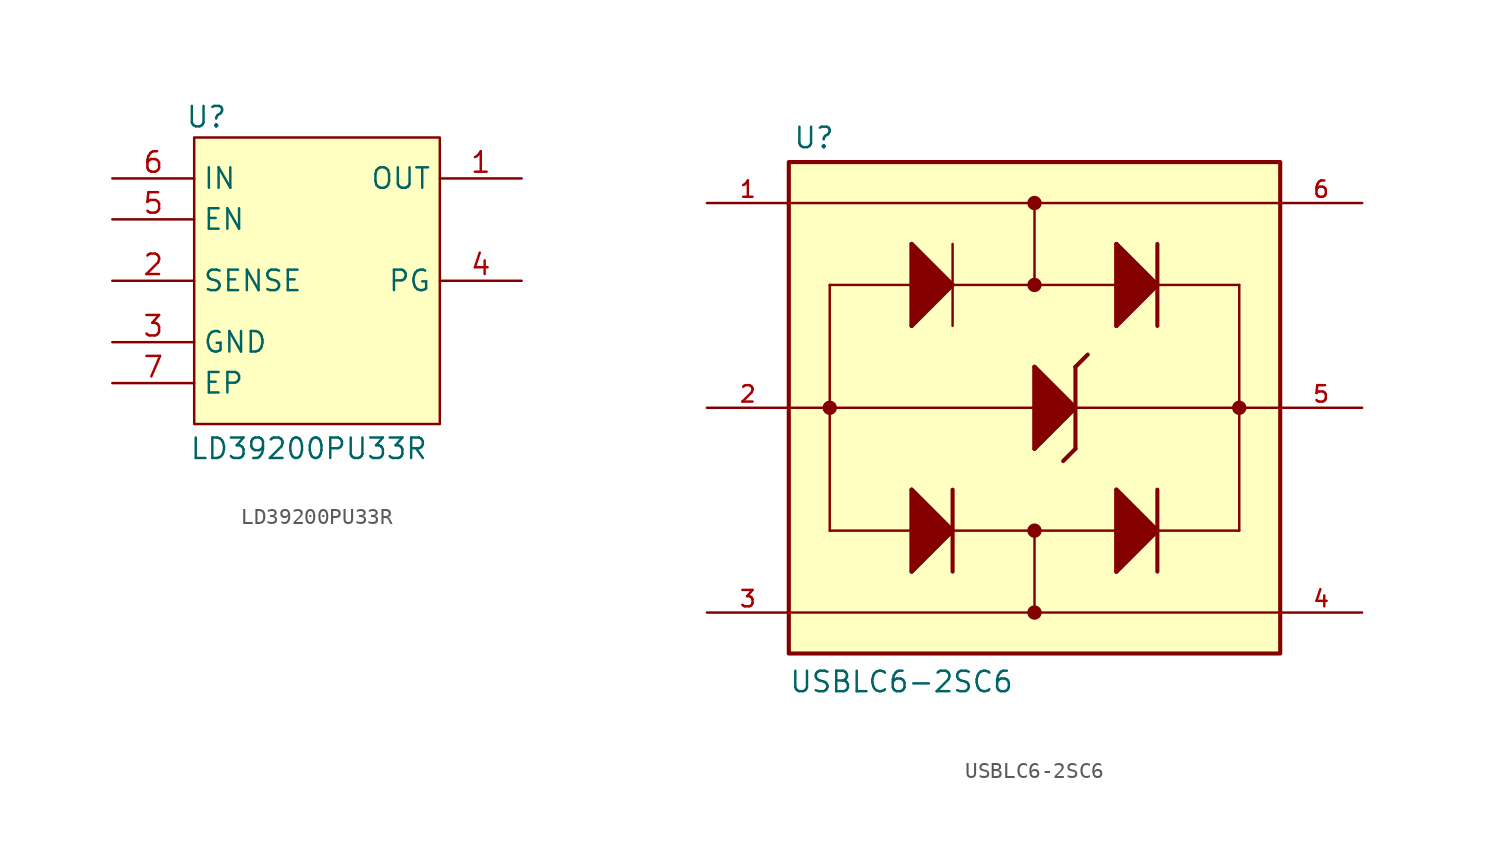
<source format=kicad_sym>
(kicad_symbol_lib
  (version 20241209)
  (generator "kicad_symbol_editor")
  (generator_version "9.0")
  (symbol "LD39200PU33R"
    (property "Reference" "U"
      (at -6.858 8.89 0)
      (effects (font (size 1.27 1.27))))
    (property "Value" "LD39200PU33R"
      (at -0.508 -11.684 0)
      (effects (font (size 1.27 1.27))))
    (symbol "LD39200PU33R_1_1"
      (rectangle (start -7.62 7.62) (end 7.62 -10.16) (stroke (width 0) (type solid)) (fill (type background)))
      (pin power_in line (at -12.7 5.08 0) (length 5.08) (name "IN" (effects (font (size 1.27 1.27)))) (number "6" (effects (font (size 1.27 1.27)))))
      (pin input line (at -12.7 2.54 0) (length 5.08) (name "EN" (effects (font (size 1.27 1.27)))) (number "5" (effects (font (size 1.27 1.27)))))
      (pin input line (at -12.7 -1.27 0) (length 5.08) (name "SENSE" (effects (font (size 1.27 1.27)))) (number "2" (effects (font (size 1.27 1.27)))))
      (pin power_in line (at -12.7 -5.08 0) (length 5.08) (name "GND" (effects (font (size 1.27 1.27)))) (number "3" (effects (font (size 1.27 1.27)))))
      (pin power_in line (at -12.7 -7.62 0) (length 5.08) (name "EP" (effects (font (size 1.27 1.27)))) (number "7" (effects (font (size 1.27 1.27)))))
      (pin power_out line (at 12.7 5.08 180) (length 5.08) (name "OUT" (effects (font (size 1.27 1.27)))) (number "1" (effects (font (size 1.27 1.27)))))
      (pin output line (at 12.7 -1.27 180) (length 5.08) (name "PG" (effects (font (size 1.27 1.27)))) (number "4" (effects (font (size 1.27 1.27)))))))
  (symbol "USBLC6-2SC6"
    (pin_names
      (offset 1.016))
    (property "Reference" "U"
      (at -14.986 16.002 0)
      (effects (font (size 1.27 1.27)) (justify left bottom)))
    (property "Value" "USBLC6-2SC6"
      (at -15.24 -16.256 0)
      (effects (font (size 1.27 1.27)) (justify left top)))
    (symbol "USBLC6-2SC6_0_0"
      (polyline (pts (xy -15.24 12.7) (xy 15.24 12.7)) (stroke (width 0.152) (type default)) (fill (type none)))
      (polyline (pts (xy -15.24 -12.7) (xy 15.24 -12.7)) (stroke (width 0.152) (type default)) (fill (type none)))
      (rectangle (start -15.24 -15.24) (end 15.24 15.24) (stroke (width 0.254) (type default)) (fill (type background)))
      (polyline (pts (xy -12.7 7.62) (xy -12.7 0)) (stroke (width 0.152) (type default)) (fill (type none)))
      (polyline (pts (xy -12.7 7.62) (xy -7.62 7.62)) (stroke (width 0.152) (type default)) (fill (type none)))
      (circle (center -12.7 0) (radius 0.254) (stroke (width 0.381) (type default)) (fill (type none)))
      (polyline (pts (xy -12.7 0) (xy -15.24 0)) (stroke (width 0.152) (type default)) (fill (type none)))
      (polyline (pts (xy -12.7 0) (xy -12.7 -7.62)) (stroke (width 0.152) (type default)) (fill (type none)))
      (polyline (pts (xy -12.7 0) (xy 0 0)) (stroke (width 0.152) (type default)) (fill (type none)))
      (polyline (pts (xy -12.7 -7.62) (xy -7.62 -7.62)) (stroke (width 0.152) (type default)) (fill (type none)))
      (polyline (pts (xy -7.62 10.16) (xy -5.08 7.62)) (stroke (width 0.254) (type default)) (fill (type none)))
      (polyline (pts (xy -7.62 10.16) (xy -7.62 5.08) (xy -5.08 7.62) (xy -7.62 10.16)) (stroke (width 0.254) (type default)) (fill (type outline)))
      (polyline (pts (xy -7.62 7.62) (xy -7.62 10.16)) (stroke (width 0.254) (type default)) (fill (type none)))
      (polyline (pts (xy -7.62 5.08) (xy -7.62 7.62)) (stroke (width 0.254) (type default)) (fill (type none)))
      (polyline (pts (xy -7.62 -5.08) (xy -5.08 -7.62)) (stroke (width 0.254) (type default)) (fill (type none)))
      (polyline (pts (xy -7.62 -5.08) (xy -7.62 -10.16) (xy -5.08 -7.62) (xy -7.62 -5.08)) (stroke (width 0.254) (type default)) (fill (type outline)))
      (polyline (pts (xy -7.62 -7.62) (xy -7.62 -5.08)) (stroke (width 0.254) (type default)) (fill (type none)))
      (polyline (pts (xy -7.62 -10.16) (xy -7.62 -7.62)) (stroke (width 0.254) (type default)) (fill (type none)))
      (polyline (pts (xy -5.08 10.16) (xy -5.08 7.62)) (stroke (width 0.152) (type default)) (fill (type none)))
      (polyline (pts (xy -5.08 7.62) (xy -7.62 5.08)) (stroke (width 0.254) (type default)) (fill (type none)))
      (polyline (pts (xy -5.08 7.62) (xy -5.08 5.08)) (stroke (width 0.152) (type default)) (fill (type none)))
      (polyline (pts (xy -5.08 7.62) (xy 0 7.62)) (stroke (width 0.152) (type default)) (fill (type none)))
      (polyline (pts (xy -5.08 -5.08) (xy -5.08 -7.62)) (stroke (width 0.254) (type default)) (fill (type none)))
      (polyline (pts (xy -5.08 -7.62) (xy -7.62 -10.16)) (stroke (width 0.254) (type default)) (fill (type none)))
      (polyline (pts (xy -5.08 -7.62) (xy -5.08 -10.16)) (stroke (width 0.254) (type default)) (fill (type none)))
      (polyline (pts (xy -5.08 -7.62) (xy 0 -7.62)) (stroke (width 0.152) (type default)) (fill (type none)))
      (circle (center 0 12.7) (radius 0.254) (stroke (width 0.381) (type default)) (fill (type none)))
      (circle (center 0 7.62) (radius 0.254) (stroke (width 0.381) (type default)) (fill (type none)))
      (polyline (pts (xy 0 7.62) (xy 0 12.7)) (stroke (width 0.152) (type default)) (fill (type none)))
      (polyline (pts (xy 0 7.62) (xy 5.08 7.62)) (stroke (width 0.152) (type default)) (fill (type none)))
      (polyline (pts (xy 0 2.54) (xy 2.54 0)) (stroke (width 0.254) (type default)) (fill (type none)))
      (polyline (pts (xy 0 2.54) (xy 0 -2.54) (xy 2.54 0) (xy 0 2.54)) (stroke (width 0.254) (type default)) (fill (type outline)))
      (polyline (pts (xy 0 0) (xy 0 2.54)) (stroke (width 0.254) (type default)) (fill (type none)))
      (polyline (pts (xy 0 -2.54) (xy 0 0)) (stroke (width 0.254) (type default)) (fill (type none)))
      (polyline (pts (xy 0 -7.62) (xy 0 -12.7)) (stroke (width 0.152) (type default)) (fill (type none)))
      (polyline (pts (xy 0 -7.62) (xy 5.08 -7.62)) (stroke (width 0.152) (type default)) (fill (type none)))
      (circle (center 0 -7.62) (radius 0.254) (stroke (width 0.381) (type default)) (fill (type none)))
      (circle (center 0 -12.7) (radius 0.254) (stroke (width 0.381) (type default)) (fill (type none)))
      (polyline (pts (xy 2.54 2.54) (xy 2.54 -2.54)) (stroke (width 0.254) (type default)) (fill (type none)))
      (polyline (pts (xy 2.54 2.54) (xy 3.302 3.302)) (stroke (width 0.254) (type default)) (fill (type none)))
      (polyline (pts (xy 2.54 0) (xy 0 -2.54)) (stroke (width 0.254) (type default)) (fill (type none)))
      (polyline (pts (xy 2.54 0) (xy 12.7 0)) (stroke (width 0.152) (type default)) (fill (type none)))
      (polyline (pts (xy 2.54 -2.54) (xy 1.778 -3.302)) (stroke (width 0.254) (type default)) (fill (type none)))
      (polyline (pts (xy 5.08 10.16) (xy 7.62 7.62)) (stroke (width 0.254) (type default)) (fill (type none)))
      (polyline (pts (xy 5.08 10.16) (xy 5.08 5.08) (xy 7.62 7.62) (xy 5.08 10.16)) (stroke (width 0.254) (type default)) (fill (type outline)))
      (polyline (pts (xy 5.08 7.62) (xy 5.08 10.16)) (stroke (width 0.254) (type default)) (fill (type none)))
      (polyline (pts (xy 5.08 5.08) (xy 5.08 7.62)) (stroke (width 0.254) (type default)) (fill (type none)))
      (polyline (pts (xy 5.08 -5.08) (xy 7.62 -7.62)) (stroke (width 0.254) (type default)) (fill (type none)))
      (polyline (pts (xy 5.08 -5.08) (xy 5.08 -10.16) (xy 7.62 -7.62) (xy 5.08 -5.08)) (stroke (width 0.254) (type default)) (fill (type outline)))
      (polyline (pts (xy 5.08 -7.62) (xy 5.08 -5.08)) (stroke (width 0.254) (type default)) (fill (type none)))
      (polyline (pts (xy 5.08 -10.16) (xy 5.08 -7.62)) (stroke (width 0.254) (type default)) (fill (type none)))
      (polyline (pts (xy 7.62 10.16) (xy 7.62 7.62)) (stroke (width 0.254) (type default)) (fill (type none)))
      (polyline (pts (xy 7.62 7.62) (xy 5.08 5.08)) (stroke (width 0.254) (type default)) (fill (type none)))
      (polyline (pts (xy 7.62 7.62) (xy 7.62 5.08)) (stroke (width 0.254) (type default)) (fill (type none)))
      (polyline (pts (xy 7.62 7.62) (xy 12.7 7.62)) (stroke (width 0.152) (type default)) (fill (type none)))
      (polyline (pts (xy 7.62 -5.08) (xy 7.62 -7.62)) (stroke (width 0.254) (type default)) (fill (type none)))
      (polyline (pts (xy 7.62 -7.62) (xy 5.08 -10.16)) (stroke (width 0.254) (type default)) (fill (type none)))
      (polyline (pts (xy 7.62 -7.62) (xy 7.62 -10.16)) (stroke (width 0.254) (type default)) (fill (type none)))
      (polyline (pts (xy 7.62 -7.62) (xy 12.7 -7.62)) (stroke (width 0.152) (type default)) (fill (type none)))
      (polyline (pts (xy 12.7 7.62) (xy 12.7 0)) (stroke (width 0.152) (type default)) (fill (type none)))
      (polyline (pts (xy 12.7 0) (xy 12.7 -7.62)) (stroke (width 0.152) (type default)) (fill (type none)))
      (polyline (pts (xy 12.7 0) (xy 15.24 0)) (stroke (width 0.152) (type default)) (fill (type none)))
      (circle (center 12.7 0) (radius 0.254) (stroke (width 0.381) (type default)) (fill (type none)))
      (pin bidirectional line (at -20.32 12.7 0) (length 5.08) (name "~" (effects (font (size 1.016 1.016)))) (number "1" (effects (font (size 1.016 1.016)))))
      (pin power_in line (at -20.32 0 0) (length 5.08) (name "~" (effects (font (size 1.016 1.016)))) (number "2" (effects (font (size 1.016 1.016)))))
      (pin bidirectional line (at -20.32 -12.7 0) (length 5.08) (name "~" (effects (font (size 1.016 1.016)))) (number "3" (effects (font (size 1.016 1.016)))))
      (pin bidirectional line (at 20.32 12.7 180) (length 5.08) (name "~" (effects (font (size 1.016 1.016)))) (number "6" (effects (font (size 1.016 1.016)))))
      (pin power_in line (at 20.32 0 180) (length 5.08) (name "~" (effects (font (size 1.016 1.016)))) (number "5" (effects (font (size 1.016 1.016)))))
      (pin bidirectional line (at 20.32 -12.7 180) (length 5.08) (name "~" (effects (font (size 1.016 1.016)))) (number "4" (effects (font (size 1.016 1.016))))))))
</source>
